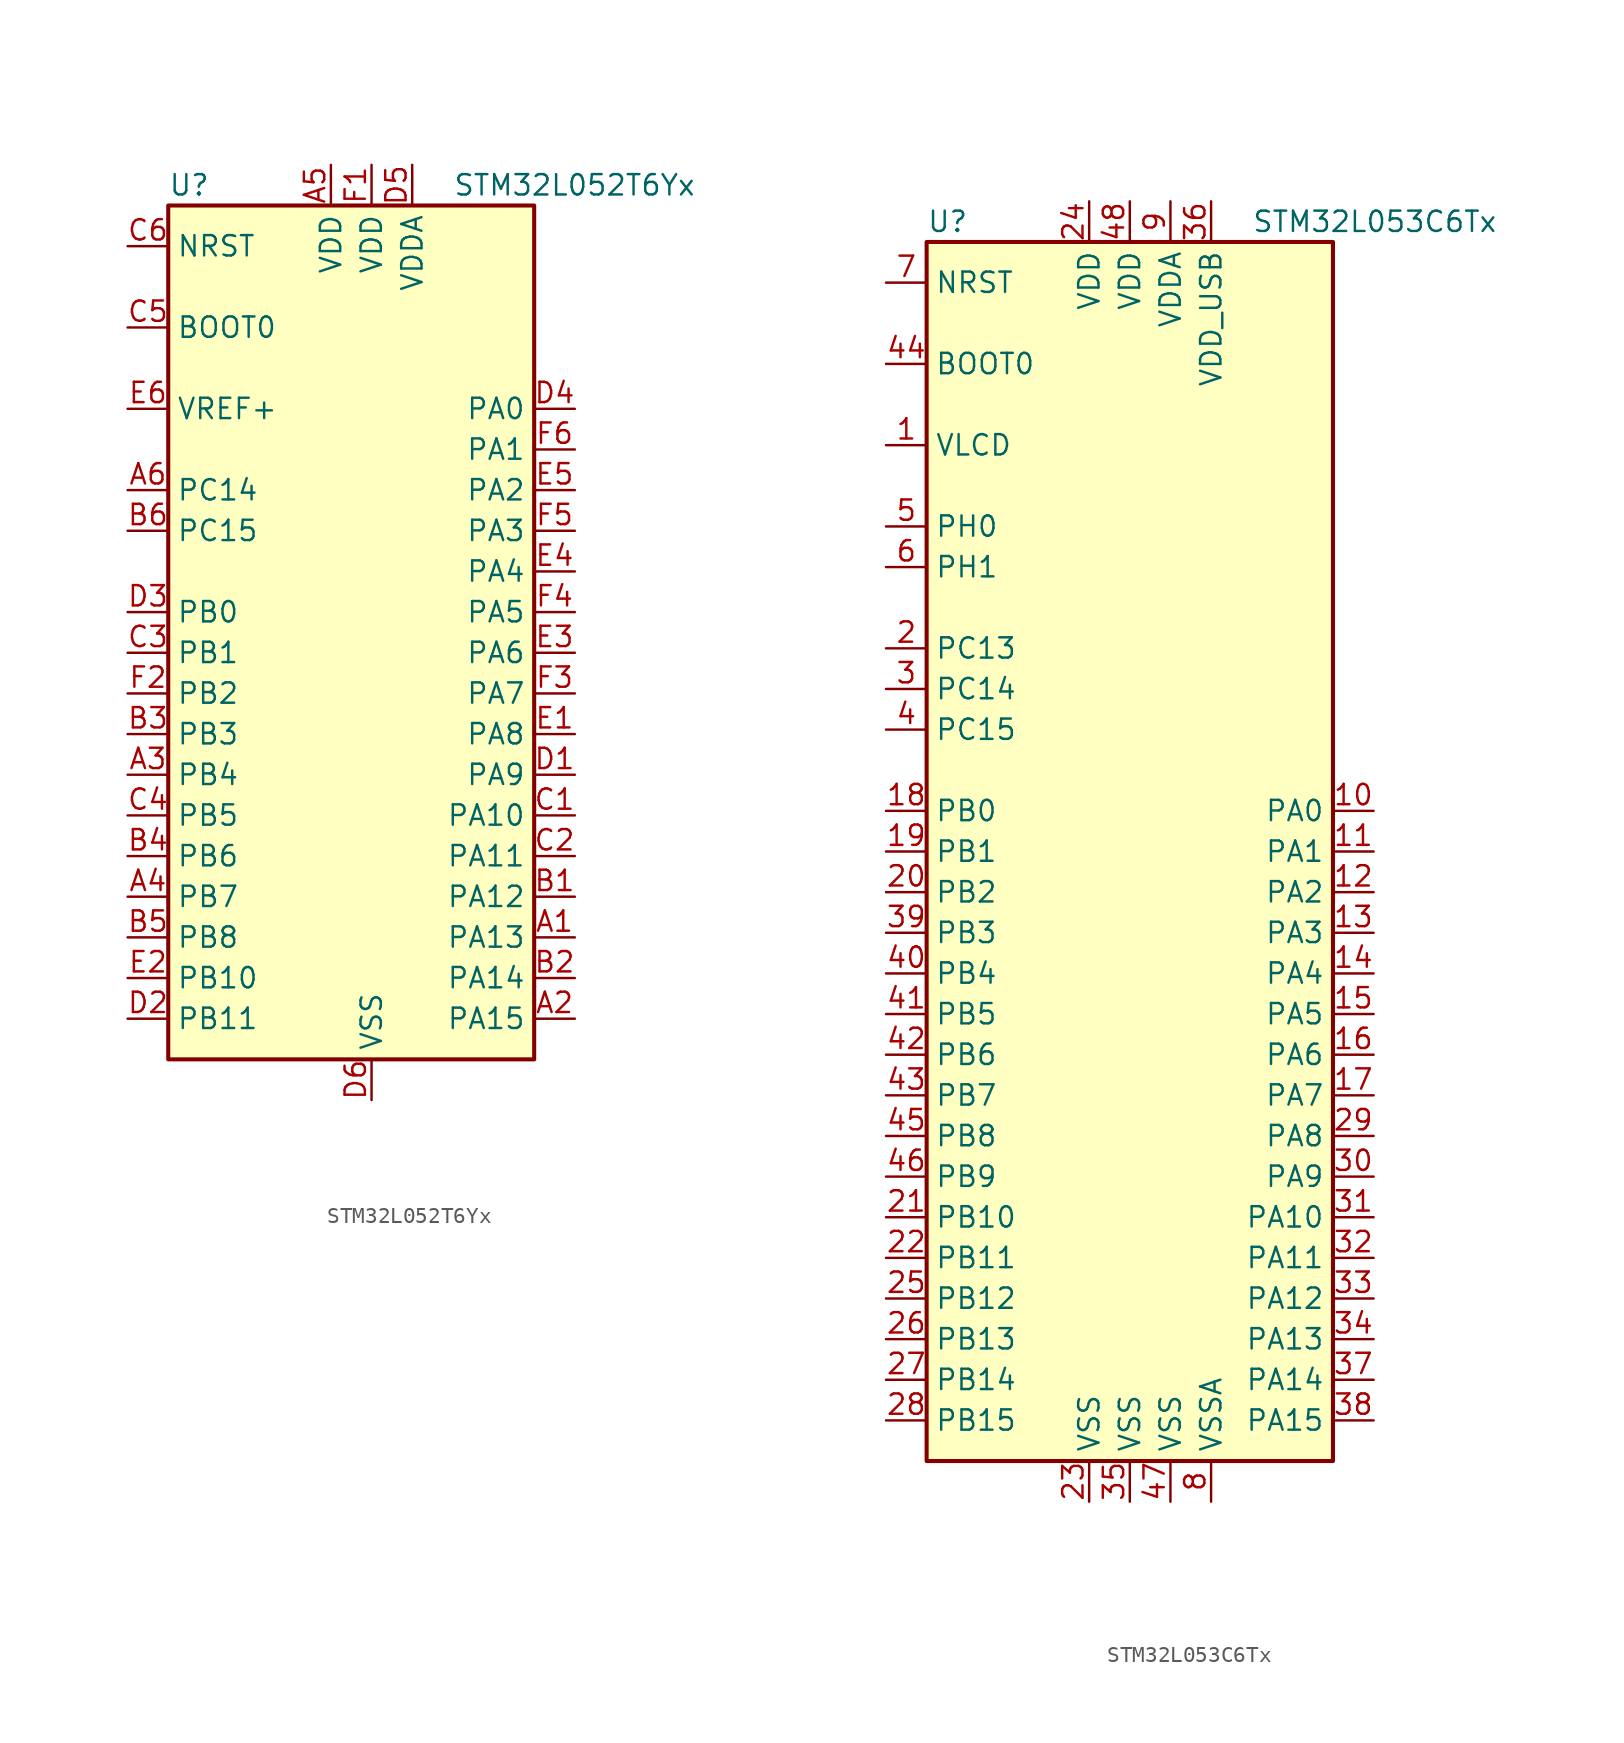
<source format=kicad_sym>
(kicad_symbol_lib
  (version 20211014)
  (generator kicad_symbol_editor)
  (symbol "STM32L052T6Yx"
    (property "Reference" "U"
      (at -12.7 26.67 0)
      (effects (font (size 1.27 1.27)) (justify left)))
    (property "Value" "STM32L052T6Yx"
      (at 5.08 26.67 0)
      (effects (font (size 1.27 1.27)) (justify left)))
    (symbol "STM32L052T6Yx_0_1"
      (rectangle (start -12.7 -27.94) (end 10.16 25.4) (stroke (width 0.254) (type default) (color 0 0 0 0)) (fill (type background))))
    (symbol "STM32L052T6Yx_1_1"
      (pin bidirectional line (at 12.7 -20.32 180) (length 2.54) (name "PA13" (effects (font (size 1.27 1.27)))) (number "A1" (effects (font (size 1.27 1.27)))))
      (pin bidirectional line (at 12.7 -25.4 180) (length 2.54) (name "PA15" (effects (font (size 1.27 1.27)))) (number "A2" (effects (font (size 1.27 1.27)))))
      (pin bidirectional line (at -15.24 -10.16 0) (length 2.54) (name "PB4" (effects (font (size 1.27 1.27)))) (number "A3" (effects (font (size 1.27 1.27)))))
      (pin bidirectional line (at -15.24 -17.78 0) (length 2.54) (name "PB7" (effects (font (size 1.27 1.27)))) (number "A4" (effects (font (size 1.27 1.27)))))
      (pin power_in line (at -2.54 27.94 270) (length 2.54) (name "VDD" (effects (font (size 1.27 1.27)))) (number "A5" (effects (font (size 1.27 1.27)))))
      (pin bidirectional line (at -15.24 7.62 0) (length 2.54) (name "PC14" (effects (font (size 1.27 1.27)))) (number "A6" (effects (font (size 1.27 1.27)))))
      (pin bidirectional line (at 12.7 -17.78 180) (length 2.54) (name "PA12" (effects (font (size 1.27 1.27)))) (number "B1" (effects (font (size 1.27 1.27)))))
      (pin bidirectional line (at 12.7 -22.86 180) (length 2.54) (name "PA14" (effects (font (size 1.27 1.27)))) (number "B2" (effects (font (size 1.27 1.27)))))
      (pin bidirectional line (at -15.24 -7.62 0) (length 2.54) (name "PB3" (effects (font (size 1.27 1.27)))) (number "B3" (effects (font (size 1.27 1.27)))))
      (pin bidirectional line (at -15.24 -15.24 0) (length 2.54) (name "PB6" (effects (font (size 1.27 1.27)))) (number "B4" (effects (font (size 1.27 1.27)))))
      (pin bidirectional line (at -15.24 -20.32 0) (length 2.54) (name "PB8" (effects (font (size 1.27 1.27)))) (number "B5" (effects (font (size 1.27 1.27)))))
      (pin bidirectional line (at -15.24 5.08 0) (length 2.54) (name "PC15" (effects (font (size 1.27 1.27)))) (number "B6" (effects (font (size 1.27 1.27)))))
      (pin bidirectional line (at 12.7 -12.7 180) (length 2.54) (name "PA10" (effects (font (size 1.27 1.27)))) (number "C1" (effects (font (size 1.27 1.27)))))
      (pin bidirectional line (at 12.7 -15.24 180) (length 2.54) (name "PA11" (effects (font (size 1.27 1.27)))) (number "C2" (effects (font (size 1.27 1.27)))))
      (pin bidirectional line (at -15.24 -2.54 0) (length 2.54) (name "PB1" (effects (font (size 1.27 1.27)))) (number "C3" (effects (font (size 1.27 1.27)))))
      (pin bidirectional line (at -15.24 -12.7 0) (length 2.54) (name "PB5" (effects (font (size 1.27 1.27)))) (number "C4" (effects (font (size 1.27 1.27)))))
      (pin input line (at -15.24 17.78 0) (length 2.54) (name "BOOT0" (effects (font (size 1.27 1.27)))) (number "C5" (effects (font (size 1.27 1.27)))))
      (pin input line (at -15.24 22.86 0) (length 2.54) (name "NRST" (effects (font (size 1.27 1.27)))) (number "C6" (effects (font (size 1.27 1.27)))))
      (pin bidirectional line (at 12.7 -10.16 180) (length 2.54) (name "PA9" (effects (font (size 1.27 1.27)))) (number "D1" (effects (font (size 1.27 1.27)))))
      (pin bidirectional line (at -15.24 -25.4 0) (length 2.54) (name "PB11" (effects (font (size 1.27 1.27)))) (number "D2" (effects (font (size 1.27 1.27)))))
      (pin bidirectional line (at -15.24 0 0) (length 2.54) (name "PB0" (effects (font (size 1.27 1.27)))) (number "D3" (effects (font (size 1.27 1.27)))))
      (pin bidirectional line (at 12.7 12.7 180) (length 2.54) (name "PA0" (effects (font (size 1.27 1.27)))) (number "D4" (effects (font (size 1.27 1.27)))))
      (pin power_in line (at 2.54 27.94 270) (length 2.54) (name "VDDA" (effects (font (size 1.27 1.27)))) (number "D5" (effects (font (size 1.27 1.27)))))
      (pin power_in line (at 0 -30.48 90) (length 2.54) (name "VSS" (effects (font (size 1.27 1.27)))) (number "D6" (effects (font (size 1.27 1.27)))))
      (pin bidirectional line (at 12.7 -7.62 180) (length 2.54) (name "PA8" (effects (font (size 1.27 1.27)))) (number "E1" (effects (font (size 1.27 1.27)))))
      (pin bidirectional line (at -15.24 -22.86 0) (length 2.54) (name "PB10" (effects (font (size 1.27 1.27)))) (number "E2" (effects (font (size 1.27 1.27)))))
      (pin bidirectional line (at 12.7 -2.54 180) (length 2.54) (name "PA6" (effects (font (size 1.27 1.27)))) (number "E3" (effects (font (size 1.27 1.27)))))
      (pin bidirectional line (at 12.7 2.54 180) (length 2.54) (name "PA4" (effects (font (size 1.27 1.27)))) (number "E4" (effects (font (size 1.27 1.27)))))
      (pin bidirectional line (at 12.7 7.62 180) (length 2.54) (name "PA2" (effects (font (size 1.27 1.27)))) (number "E5" (effects (font (size 1.27 1.27)))))
      (pin power_in line (at -15.24 12.7 0) (length 2.54) (name "VREF+" (effects (font (size 1.27 1.27)))) (number "E6" (effects (font (size 1.27 1.27)))))
      (pin power_in line (at 0 27.94 270) (length 2.54) (name "VDD" (effects (font (size 1.27 1.27)))) (number "F1" (effects (font (size 1.27 1.27)))))
      (pin bidirectional line (at -15.24 -5.08 0) (length 2.54) (name "PB2" (effects (font (size 1.27 1.27)))) (number "F2" (effects (font (size 1.27 1.27)))))
      (pin bidirectional line (at 12.7 -5.08 180) (length 2.54) (name "PA7" (effects (font (size 1.27 1.27)))) (number "F3" (effects (font (size 1.27 1.27)))))
      (pin bidirectional line (at 12.7 0 180) (length 2.54) (name "PA5" (effects (font (size 1.27 1.27)))) (number "F4" (effects (font (size 1.27 1.27)))))
      (pin bidirectional line (at 12.7 5.08 180) (length 2.54) (name "PA3" (effects (font (size 1.27 1.27)))) (number "F5" (effects (font (size 1.27 1.27)))))
      (pin bidirectional line (at 12.7 10.16 180) (length 2.54) (name "PA1" (effects (font (size 1.27 1.27)))) (number "F6" (effects (font (size 1.27 1.27)))))))
  (symbol "STM32L053C6Tx"
    (property "Reference" "U"
      (at -12.7 39.37 0)
      (effects (font (size 1.27 1.27)) (justify left)))
    (property "Value" "STM32L053C6Tx"
      (at 7.62 39.37 0)
      (effects (font (size 1.27 1.27)) (justify left)))
    (symbol "STM32L053C6Tx_0_1"
      (rectangle (start -12.7 -38.1) (end 12.7 38.1) (stroke (width 0.254) (type default) (color 0 0 0 0)) (fill (type background))))
    (symbol "STM32L053C6Tx_1_1"
      (pin power_in line (at -15.24 25.4 0) (length 2.54) (name "VLCD" (effects (font (size 1.27 1.27)))) (number "1" (effects (font (size 1.27 1.27)))))
      (pin bidirectional line (at 15.24 2.54 180) (length 2.54) (name "PA0" (effects (font (size 1.27 1.27)))) (number "10" (effects (font (size 1.27 1.27)))))
      (pin bidirectional line (at 15.24 0 180) (length 2.54) (name "PA1" (effects (font (size 1.27 1.27)))) (number "11" (effects (font (size 1.27 1.27)))))
      (pin bidirectional line (at 15.24 -2.54 180) (length 2.54) (name "PA2" (effects (font (size 1.27 1.27)))) (number "12" (effects (font (size 1.27 1.27)))))
      (pin bidirectional line (at 15.24 -5.08 180) (length 2.54) (name "PA3" (effects (font (size 1.27 1.27)))) (number "13" (effects (font (size 1.27 1.27)))))
      (pin bidirectional line (at 15.24 -7.62 180) (length 2.54) (name "PA4" (effects (font (size 1.27 1.27)))) (number "14" (effects (font (size 1.27 1.27)))))
      (pin bidirectional line (at 15.24 -10.16 180) (length 2.54) (name "PA5" (effects (font (size 1.27 1.27)))) (number "15" (effects (font (size 1.27 1.27)))))
      (pin bidirectional line (at 15.24 -12.7 180) (length 2.54) (name "PA6" (effects (font (size 1.27 1.27)))) (number "16" (effects (font (size 1.27 1.27)))))
      (pin bidirectional line (at 15.24 -15.24 180) (length 2.54) (name "PA7" (effects (font (size 1.27 1.27)))) (number "17" (effects (font (size 1.27 1.27)))))
      (pin bidirectional line (at -15.24 2.54 0) (length 2.54) (name "PB0" (effects (font (size 1.27 1.27)))) (number "18" (effects (font (size 1.27 1.27)))))
      (pin bidirectional line (at -15.24 0 0) (length 2.54) (name "PB1" (effects (font (size 1.27 1.27)))) (number "19" (effects (font (size 1.27 1.27)))))
      (pin bidirectional line (at -15.24 12.7 0) (length 2.54) (name "PC13" (effects (font (size 1.27 1.27)))) (number "2" (effects (font (size 1.27 1.27)))))
      (pin bidirectional line (at -15.24 -2.54 0) (length 2.54) (name "PB2" (effects (font (size 1.27 1.27)))) (number "20" (effects (font (size 1.27 1.27)))))
      (pin bidirectional line (at -15.24 -22.86 0) (length 2.54) (name "PB10" (effects (font (size 1.27 1.27)))) (number "21" (effects (font (size 1.27 1.27)))))
      (pin bidirectional line (at -15.24 -25.4 0) (length 2.54) (name "PB11" (effects (font (size 1.27 1.27)))) (number "22" (effects (font (size 1.27 1.27)))))
      (pin power_in line (at -2.54 -40.64 90) (length 2.54) (name "VSS" (effects (font (size 1.27 1.27)))) (number "23" (effects (font (size 1.27 1.27)))))
      (pin power_in line (at -2.54 40.64 270) (length 2.54) (name "VDD" (effects (font (size 1.27 1.27)))) (number "24" (effects (font (size 1.27 1.27)))))
      (pin bidirectional line (at -15.24 -27.94 0) (length 2.54) (name "PB12" (effects (font (size 1.27 1.27)))) (number "25" (effects (font (size 1.27 1.27)))))
      (pin bidirectional line (at -15.24 -30.48 0) (length 2.54) (name "PB13" (effects (font (size 1.27 1.27)))) (number "26" (effects (font (size 1.27 1.27)))))
      (pin bidirectional line (at -15.24 -33.02 0) (length 2.54) (name "PB14" (effects (font (size 1.27 1.27)))) (number "27" (effects (font (size 1.27 1.27)))))
      (pin bidirectional line (at -15.24 -35.56 0) (length 2.54) (name "PB15" (effects (font (size 1.27 1.27)))) (number "28" (effects (font (size 1.27 1.27)))))
      (pin bidirectional line (at 15.24 -17.78 180) (length 2.54) (name "PA8" (effects (font (size 1.27 1.27)))) (number "29" (effects (font (size 1.27 1.27)))))
      (pin bidirectional line (at -15.24 10.16 0) (length 2.54) (name "PC14" (effects (font (size 1.27 1.27)))) (number "3" (effects (font (size 1.27 1.27)))))
      (pin bidirectional line (at 15.24 -20.32 180) (length 2.54) (name "PA9" (effects (font (size 1.27 1.27)))) (number "30" (effects (font (size 1.27 1.27)))))
      (pin bidirectional line (at 15.24 -22.86 180) (length 2.54) (name "PA10" (effects (font (size 1.27 1.27)))) (number "31" (effects (font (size 1.27 1.27)))))
      (pin bidirectional line (at 15.24 -25.4 180) (length 2.54) (name "PA11" (effects (font (size 1.27 1.27)))) (number "32" (effects (font (size 1.27 1.27)))))
      (pin bidirectional line (at 15.24 -27.94 180) (length 2.54) (name "PA12" (effects (font (size 1.27 1.27)))) (number "33" (effects (font (size 1.27 1.27)))))
      (pin bidirectional line (at 15.24 -30.48 180) (length 2.54) (name "PA13" (effects (font (size 1.27 1.27)))) (number "34" (effects (font (size 1.27 1.27)))))
      (pin power_in line (at 0 -40.64 90) (length 2.54) (name "VSS" (effects (font (size 1.27 1.27)))) (number "35" (effects (font (size 1.27 1.27)))))
      (pin power_in line (at 5.08 40.64 270) (length 2.54) (name "VDD_USB" (effects (font (size 1.27 1.27)))) (number "36" (effects (font (size 1.27 1.27)))))
      (pin bidirectional line (at 15.24 -33.02 180) (length 2.54) (name "PA14" (effects (font (size 1.27 1.27)))) (number "37" (effects (font (size 1.27 1.27)))))
      (pin bidirectional line (at 15.24 -35.56 180) (length 2.54) (name "PA15" (effects (font (size 1.27 1.27)))) (number "38" (effects (font (size 1.27 1.27)))))
      (pin bidirectional line (at -15.24 -5.08 0) (length 2.54) (name "PB3" (effects (font (size 1.27 1.27)))) (number "39" (effects (font (size 1.27 1.27)))))
      (pin bidirectional line (at -15.24 7.62 0) (length 2.54) (name "PC15" (effects (font (size 1.27 1.27)))) (number "4" (effects (font (size 1.27 1.27)))))
      (pin bidirectional line (at -15.24 -7.62 0) (length 2.54) (name "PB4" (effects (font (size 1.27 1.27)))) (number "40" (effects (font (size 1.27 1.27)))))
      (pin bidirectional line (at -15.24 -10.16 0) (length 2.54) (name "PB5" (effects (font (size 1.27 1.27)))) (number "41" (effects (font (size 1.27 1.27)))))
      (pin bidirectional line (at -15.24 -12.7 0) (length 2.54) (name "PB6" (effects (font (size 1.27 1.27)))) (number "42" (effects (font (size 1.27 1.27)))))
      (pin bidirectional line (at -15.24 -15.24 0) (length 2.54) (name "PB7" (effects (font (size 1.27 1.27)))) (number "43" (effects (font (size 1.27 1.27)))))
      (pin input line (at -15.24 30.48 0) (length 2.54) (name "BOOT0" (effects (font (size 1.27 1.27)))) (number "44" (effects (font (size 1.27 1.27)))))
      (pin bidirectional line (at -15.24 -17.78 0) (length 2.54) (name "PB8" (effects (font (size 1.27 1.27)))) (number "45" (effects (font (size 1.27 1.27)))))
      (pin bidirectional line (at -15.24 -20.32 0) (length 2.54) (name "PB9" (effects (font (size 1.27 1.27)))) (number "46" (effects (font (size 1.27 1.27)))))
      (pin power_in line (at 2.54 -40.64 90) (length 2.54) (name "VSS" (effects (font (size 1.27 1.27)))) (number "47" (effects (font (size 1.27 1.27)))))
      (pin power_in line (at 0 40.64 270) (length 2.54) (name "VDD" (effects (font (size 1.27 1.27)))) (number "48" (effects (font (size 1.27 1.27)))))
      (pin input line (at -15.24 20.32 0) (length 2.54) (name "PH0" (effects (font (size 1.27 1.27)))) (number "5" (effects (font (size 1.27 1.27)))))
      (pin input line (at -15.24 17.78 0) (length 2.54) (name "PH1" (effects (font (size 1.27 1.27)))) (number "6" (effects (font (size 1.27 1.27)))))
      (pin input line (at -15.24 35.56 0) (length 2.54) (name "NRST" (effects (font (size 1.27 1.27)))) (number "7" (effects (font (size 1.27 1.27)))))
      (pin power_in line (at 5.08 -40.64 90) (length 2.54) (name "VSSA" (effects (font (size 1.27 1.27)))) (number "8" (effects (font (size 1.27 1.27)))))
      (pin power_in line (at 2.54 40.64 270) (length 2.54) (name "VDDA" (effects (font (size 1.27 1.27)))) (number "9" (effects (font (size 1.27 1.27))))))))
</source>
